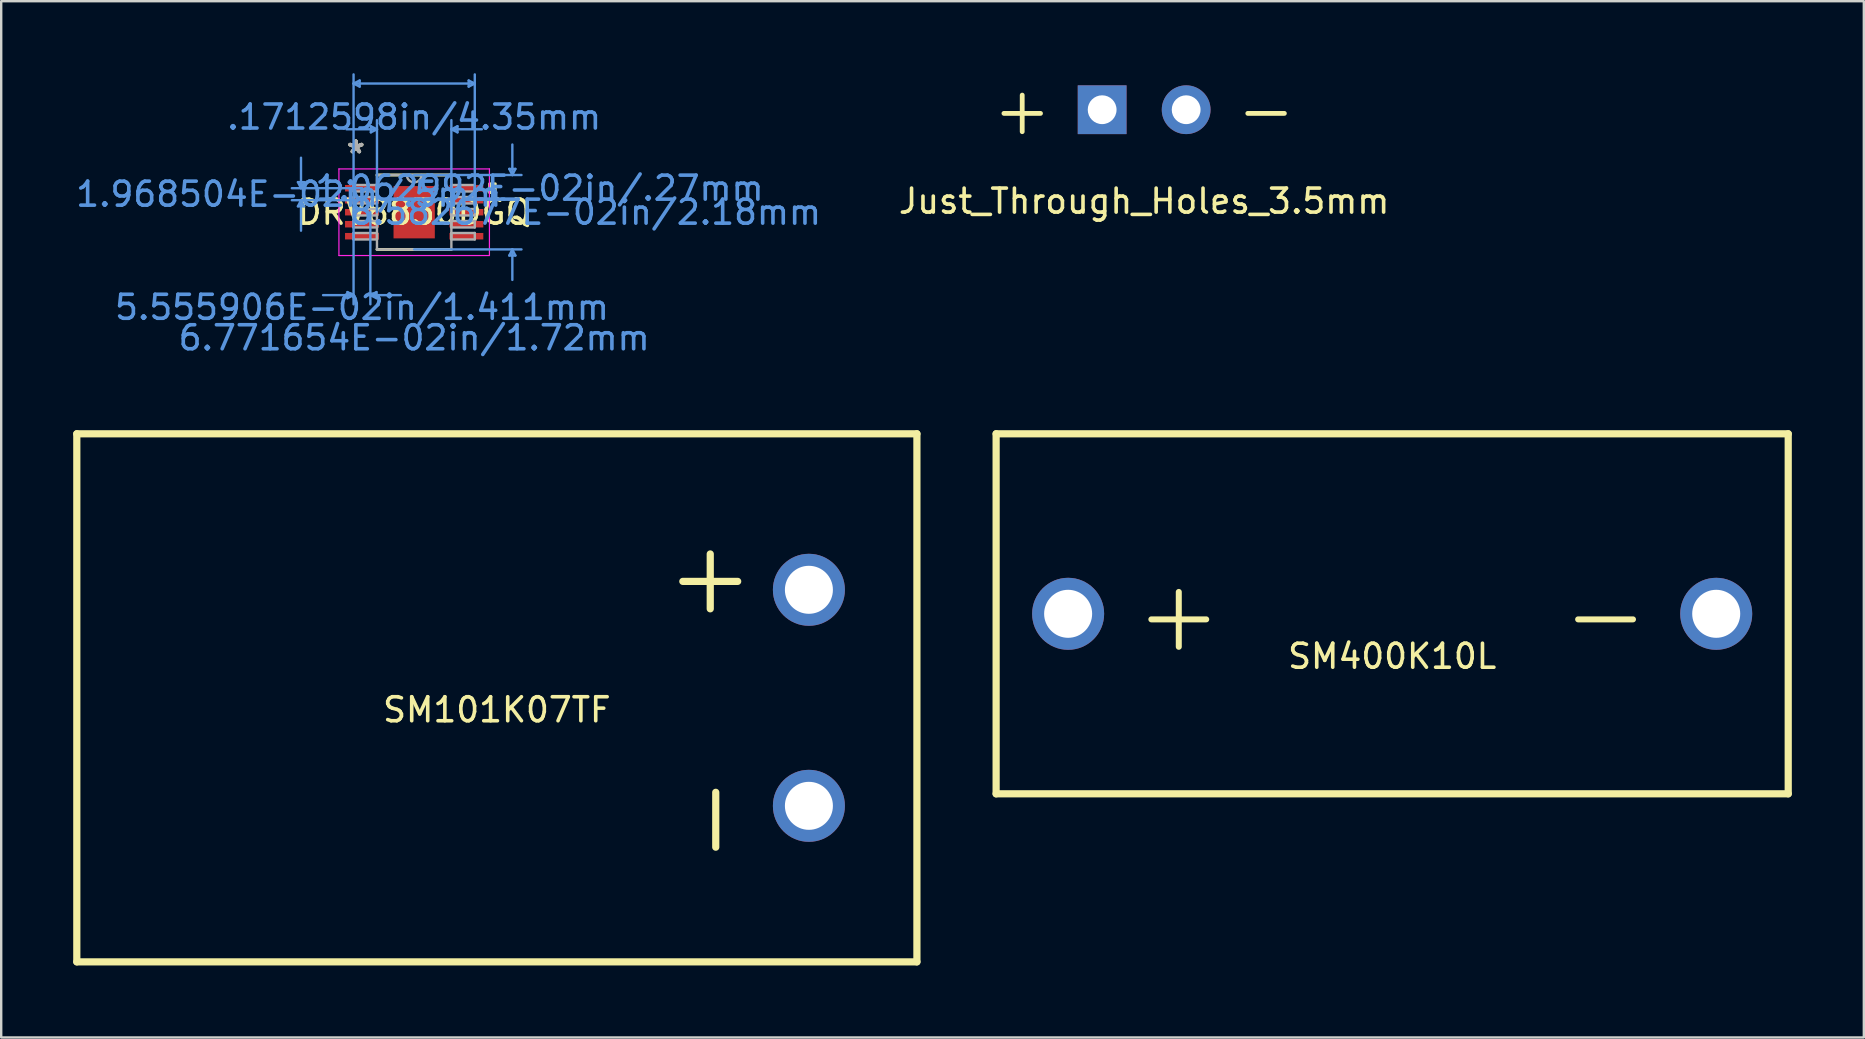
<source format=kicad_pcb>
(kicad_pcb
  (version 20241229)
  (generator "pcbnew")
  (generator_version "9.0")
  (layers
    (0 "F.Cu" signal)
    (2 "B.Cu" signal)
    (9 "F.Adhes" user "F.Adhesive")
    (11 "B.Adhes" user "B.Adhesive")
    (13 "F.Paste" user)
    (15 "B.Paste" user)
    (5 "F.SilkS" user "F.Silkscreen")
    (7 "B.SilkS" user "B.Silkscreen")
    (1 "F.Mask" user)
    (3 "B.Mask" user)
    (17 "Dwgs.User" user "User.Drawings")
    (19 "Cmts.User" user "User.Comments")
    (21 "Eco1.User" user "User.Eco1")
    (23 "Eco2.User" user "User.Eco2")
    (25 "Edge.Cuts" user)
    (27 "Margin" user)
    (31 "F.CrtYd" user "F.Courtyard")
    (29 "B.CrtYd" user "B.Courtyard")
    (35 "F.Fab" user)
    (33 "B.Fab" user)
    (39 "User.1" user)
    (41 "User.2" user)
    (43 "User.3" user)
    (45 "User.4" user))
  (footprint "SM400K10L"
    (layer "F.Cu")
    (at 54.95 22.522)
    (property "Reference" "SM400K10L" (at 0 1.77 0) (layer "F.SilkS") (effects (font (size 1 1) (thickness 0.15))))
    (attr through_hole)
    (fp_line (start -16.5 -7.5) (end 16.5 -7.5) (stroke (width 0.3) (type solid)) (layer "F.SilkS"))
    (fp_line (start -16.5 7.5) (end -16.5 -7.5) (stroke (width 0.3) (type solid)) (layer "F.SilkS"))
    (fp_line (start -16.5 7.5) (end 16.5 7.5) (stroke (width 0.3) (type solid)) (layer "F.SilkS"))
    (fp_line (start 16.5 -7.5) (end 16.5 7.5) (stroke (width 0.3) (type solid)) (layer "F.SilkS"))
    (fp_text user "+" (at -8.89 0 0) (layer "F.SilkS") (effects (font (size 3 3) (thickness 0.25))))
    (fp_text user "-" (at 8.89 0 0) (layer "F.SilkS") (effects (font (size 3 3) (thickness 0.25))))
    (pad "1" thru_hole circle (at -13.5 0) (size 3 3) (drill 2) (layers "*.Cu" "*.Mask"))
    (pad "2" thru_hole circle (at 13.5 0) (size 3 3) (drill 2) (layers "*.Cu" "*.Mask")))
  (footprint "SM101K07TF"
    (layer "F.Cu")
    (at 17.65 26.022)
    (property "Reference" "SM101K07TF" (at 0 0.5 0) (layer "F.SilkS") (effects (font (size 1 1) (thickness 0.15))))
    (attr through_hole)
    (fp_line (start -17.5 -11) (end 17.5 -11) (stroke (width 0.3) (type solid)) (layer "F.SilkS"))
    (fp_line (start -17.5 11) (end -17.5 -11) (stroke (width 0.3) (type solid)) (layer "F.SilkS"))
    (fp_line (start 17.5 -11) (end 17.5 11) (stroke (width 0.3) (type solid)) (layer "F.SilkS"))
    (fp_line (start 17.5 11) (end -17.5 11) (stroke (width 0.3) (type solid)) (layer "F.SilkS"))
    (fp_text user "-" (at 8.89 5.08 90) (layer "F.SilkS") (effects (font (size 3 3) (thickness 0.3))))
    (fp_text user "+" (at 8.89 -5.08 0) (layer "F.SilkS") (effects (font (size 3 3) (thickness 0.3))))
    (pad "1" thru_hole circle (at 13 -4.5) (size 3 3) (drill 2) (layers "*.Cu" "*.Mask"))
    (pad "2" thru_hole circle (at 13 4.5) (size 3 3) (drill 2) (layers "*.Cu" "*.Mask")))
  (footprint "Just_Through_Holes_3.5mm"
    (layer "F.Cu")
    (at 44.617 1.521)
    (property "Reference" "Just_Through_Holes_3.5mm" (at 0 3.81 0) (layer "F.SilkS") (effects (font (size 1 1) (thickness 0.15))))
    (attr through_hole)
    (fp_text user "+" (at -5.08 0 0) (layer "F.SilkS") (effects (font (size 2 2) (thickness 0.2))))
    (fp_text user "-" (at 5.08 0 0) (layer "F.SilkS") (effects (font (size 2 2) (thickness 0.2))))
    (pad "1" thru_hole rect (at -1.75 0) (size 2.032 2.032) (drill 1.2) (layers "*.Cu" "*.Mask"))
    (pad "2" thru_hole circle (at 1.75 0) (size 2.032 2.032) (drill 1.2) (layers "*.Cu" "*.Mask")))
  (footprint "DRV8830DGQ"
    (layer "F.Cu")
    (at 14.205 5.791)
    (property "Reference" "DRV8830DGQ" (at 0 0 0) (layer "F.SilkS") (effects (font (size 1 1) (thickness 0.15))))
    (attr through_hole)
    (fp_poly (pts (xy -0.923 -1.153) (xy -0.594 -1.153) (xy -0.594 1.153) (xy -0.923 1.153)) (stroke (width 0.1) (type solid)) (fill yes) (layer "F.Mask"))
    (fp_poly (pts (xy -0.923 -1.153) (xy 0.923 -1.153) (xy 0.923 -0.594) (xy -0.923 -0.594)) (stroke (width 0.1) (type solid)) (fill yes) (layer "F.Mask"))
    (fp_poly (pts (xy -0.923 -0.194) (xy 0.923 -0.194) (xy 0.923 0.194) (xy -0.923 0.194)) (stroke (width 0.1) (type solid)) (fill yes) (layer "F.Mask"))
    (fp_poly (pts (xy -0.923 0.594) (xy 0.923 0.594) (xy 0.923 1.153) (xy -0.923 1.153)) (stroke (width 0.1) (type solid)) (fill yes) (layer "F.Mask"))
    (fp_poly (pts (xy 0.194 -1.153) (xy -0.194 -1.153) (xy -0.194 1.153) (xy 0.194 1.153)) (stroke (width 0.1) (type solid)) (fill yes) (layer "F.Mask"))
    (fp_poly (pts (xy 0.594 -1.153) (xy 0.923 -1.153) (xy 0.923 1.153) (xy 0.594 1.153)) (stroke (width 0.1) (type solid)) (fill yes) (layer "F.Mask"))
    (fp_line (start -1.55 1.55) (end 1.55 1.55) (stroke (width 0.12) (type solid)) (layer "F.SilkS"))
    (fp_line (start 1.55 -1.55) (end -1.55 -1.55) (stroke (width 0.12) (type solid)) (layer "F.SilkS"))
    (fp_poly (pts (xy 3.389 -1.191) (xy 3.389 -0.81) (xy 3.135 -0.81) (xy 3.135 -1.191)) (stroke (width 0.1) (type solid)) (fill yes) (layer "F.SilkS"))
    (fp_poly (pts (xy -0.785 -1.015) (xy -0.785 -0.494) (xy -0.635 -0.494) (xy -0.494 -0.635) (xy -0.494 -1.015)) (stroke (width 0.1) (type solid)) (fill yes) (layer "F.Paste"))
    (fp_poly (pts (xy -0.785 0.494) (xy -0.785 1.015) (xy -0.494 1.015) (xy -0.494 0.635) (xy -0.635 0.494)) (stroke (width 0.1) (type solid)) (fill yes) (layer "F.Paste"))
    (fp_poly (pts (xy 0.494 -1.015) (xy 0.494 -0.635) (xy 0.635 -0.494) (xy 0.785 -0.494) (xy 0.785 -1.015)) (stroke (width 0.1) (type solid)) (fill yes) (layer "F.Paste"))
    (fp_poly (pts (xy 0.635 0.494) (xy 0.494 0.635) (xy 0.494 1.015) (xy 0.785 1.015) (xy 0.785 0.494)) (stroke (width 0.1) (type solid)) (fill yes) (layer "F.Paste"))
    (fp_poly (pts (xy -0.785 -0.294) (xy -0.785 0.294) (xy -0.635 0.294) (xy -0.494 0.152) (xy -0.494 -0.152) (xy -0.635 -0.294)) (stroke (width 0.1) (type solid)) (fill yes) (layer "F.Paste"))
    (fp_poly (pts (xy -0.294 -1.015) (xy -0.294 -0.635) (xy -0.152 -0.494) (xy 0.152 -0.494) (xy 0.294 -0.635) (xy 0.294 -1.015)) (stroke (width 0.1) (type solid)) (fill yes) (layer "F.Paste"))
    (fp_poly (pts (xy -0.152 0.494) (xy -0.294 0.635) (xy -0.294 1.015) (xy 0.294 1.015) (xy 0.294 0.635) (xy 0.152 0.494)) (stroke (width 0.1) (type solid)) (fill yes) (layer "F.Paste"))
    (fp_poly (pts (xy 0.635 -0.294) (xy 0.494 -0.152) (xy 0.494 0.152) (xy 0.635 0.294) (xy 0.785 0.294) (xy 0.785 -0.294)) (stroke (width 0.1) (type solid)) (fill yes) (layer "F.Paste"))
    (fp_poly (pts (xy -0.152 -0.294) (xy -0.294 -0.152) (xy -0.294 0.152) (xy -0.152 0.294) (xy 0.152 0.294) (xy 0.294 0.152) (xy 0.294 -0.152) (xy 0.152 -0.294)) (stroke (width 0.1) (type solid)) (fill yes) (layer "F.Paste"))
    (fp_line (start -4.842 -1.254) (end -4.588 -1.254) (stroke (width 0.1) (type solid)) (layer "Cmts.User"))
    (fp_line (start -4.842 -0.246) (end -4.588 -0.246) (stroke (width 0.1) (type solid)) (layer "Cmts.User"))
    (fp_line (start -4.715 -1) (end -4.842 -1.254) (stroke (width 0.1) (type solid)) (layer "Cmts.User"))
    (fp_line (start -4.715 -1) (end -4.715 -2.27) (stroke (width 0.1) (type solid)) (layer "Cmts.User"))
    (fp_line (start -4.715 -1) (end -4.588 -1.254) (stroke (width 0.1) (type solid)) (layer "Cmts.User"))
    (fp_line (start -4.715 -0.5) (end -4.842 -0.246) (stroke (width 0.1) (type solid)) (layer "Cmts.User"))
    (fp_line (start -4.715 -0.5) (end -4.715 0.77) (stroke (width 0.1) (type solid)) (layer "Cmts.User"))
    (fp_line (start -4.715 -0.5) (end -4.588 -0.246) (stroke (width 0.1) (type solid)) (layer "Cmts.User"))
    (fp_line (start -2.779 3.328) (end -2.779 3.582) (stroke (width 0.1) (type solid)) (layer "Cmts.User"))
    (fp_line (start -2.525 -5.36) (end -2.271 -5.487) (stroke (width 0.1) (type solid)) (layer "Cmts.User"))
    (fp_line (start -2.525 -5.36) (end -2.271 -5.233) (stroke (width 0.1) (type solid)) (layer "Cmts.User"))
    (fp_line (start -2.525 -5.36) (end 2.525 -5.36) (stroke (width 0.1) (type solid)) (layer "Cmts.User"))
    (fp_line (start -2.525 0) (end -2.525 -5.741) (stroke (width 0.1) (type solid)) (layer "Cmts.User"))
    (fp_line (start -2.525 0) (end -2.525 3.836) (stroke (width 0.1) (type solid)) (layer "Cmts.User"))
    (fp_line (start -2.525 3.455) (end -3.795 3.455) (stroke (width 0.1) (type solid)) (layer "Cmts.User"))
    (fp_line (start -2.525 3.455) (end -2.779 3.328) (stroke (width 0.1) (type solid)) (layer "Cmts.User"))
    (fp_line (start -2.525 3.455) (end -2.779 3.582) (stroke (width 0.1) (type solid)) (layer "Cmts.User"))
    (fp_line (start -2.271 -5.487) (end -2.271 -5.233) (stroke (width 0.1) (type solid)) (layer "Cmts.User"))
    (fp_line (start -2.175 -1) (end -5.096 -1) (stroke (width 0.1) (type solid)) (layer "Cmts.User"))
    (fp_line (start -2.175 -0.5) (end -5.096 -0.5) (stroke (width 0.1) (type solid)) (layer "Cmts.User"))
    (fp_line (start -1.825 0) (end -1.825 3.836) (stroke (width 0.1) (type solid)) (layer "Cmts.User"))
    (fp_line (start -1.825 3.455) (end -1.571 3.328) (stroke (width 0.1) (type solid)) (layer "Cmts.User"))
    (fp_line (start -1.825 3.455) (end -1.571 3.582) (stroke (width 0.1) (type solid)) (layer "Cmts.User"))
    (fp_line (start -1.825 3.455) (end -0.555 3.455) (stroke (width 0.1) (type solid)) (layer "Cmts.User"))
    (fp_line (start -1.804 -3.582) (end -1.804 -3.328) (stroke (width 0.1) (type solid)) (layer "Cmts.User"))
    (fp_line (start -1.571 3.328) (end -1.571 3.582) (stroke (width 0.1) (type solid)) (layer "Cmts.User"))
    (fp_line (start -1.55 -3.455) (end -2.82 -3.455) (stroke (width 0.1) (type solid)) (layer "Cmts.User"))
    (fp_line (start -1.55 -3.455) (end -1.804 -3.582) (stroke (width 0.1) (type solid)) (layer "Cmts.User"))
    (fp_line (start -1.55 -3.455) (end -1.804 -3.328) (stroke (width 0.1) (type solid)) (layer "Cmts.User"))
    (fp_line (start -1.55 0) (end -1.55 -3.836) (stroke (width 0.1) (type solid)) (layer "Cmts.User"))
    (fp_line (start 0 -1.55) (end 4.471 -1.55) (stroke (width 0.1) (type solid)) (layer "Cmts.User"))
    (fp_line (start 0 1.55) (end 4.471 1.55) (stroke (width 0.1) (type solid)) (layer "Cmts.User"))
    (fp_line (start 1.55 -3.455) (end 1.804 -3.582) (stroke (width 0.1) (type solid)) (layer "Cmts.User"))
    (fp_line (start 1.55 -3.455) (end 1.804 -3.328) (stroke (width 0.1) (type solid)) (layer "Cmts.User"))
    (fp_line (start 1.55 -3.455) (end 2.82 -3.455) (stroke (width 0.1) (type solid)) (layer "Cmts.User"))
    (fp_line (start 1.55 0) (end 1.55 -3.836) (stroke (width 0.1) (type solid)) (layer "Cmts.User"))
    (fp_line (start 1.804 -3.582) (end 1.804 -3.328) (stroke (width 0.1) (type solid)) (layer "Cmts.User"))
    (fp_line (start 2.271 -5.487) (end 2.271 -5.233) (stroke (width 0.1) (type solid)) (layer "Cmts.User"))
    (fp_line (start 2.525 -5.36) (end 2.271 -5.487) (stroke (width 0.1) (type solid)) (layer "Cmts.User"))
    (fp_line (start 2.525 -5.36) (end 2.271 -5.233) (stroke (width 0.1) (type solid)) (layer "Cmts.User"))
    (fp_line (start 2.525 0) (end 2.525 -5.741) (stroke (width 0.1) (type solid)) (layer "Cmts.User"))
    (fp_line (start 3.963 -1.804) (end 4.217 -1.804) (stroke (width 0.1) (type solid)) (layer "Cmts.User"))
    (fp_line (start 3.963 1.804) (end 4.217 1.804) (stroke (width 0.1) (type solid)) (layer "Cmts.User"))
    (fp_line (start 4.09 -1.55) (end 3.963 -1.804) (stroke (width 0.1) (type solid)) (layer "Cmts.User"))
    (fp_line (start 4.09 -1.55) (end 4.09 -2.82) (stroke (width 0.1) (type solid)) (layer "Cmts.User"))
    (fp_line (start 4.09 -1.55) (end 4.217 -1.804) (stroke (width 0.1) (type solid)) (layer "Cmts.User"))
    (fp_line (start 4.09 1.55) (end 3.963 1.804) (stroke (width 0.1) (type solid)) (layer "Cmts.User"))
    (fp_line (start 4.09 1.55) (end 4.09 2.82) (stroke (width 0.1) (type solid)) (layer "Cmts.User"))
    (fp_line (start 4.09 1.55) (end 4.217 1.804) (stroke (width 0.1) (type solid)) (layer "Cmts.User"))
    (fp_line (start -3.135 -1.804) (end 3.135 -1.804) (stroke (width 0.05) (type solid)) (layer "F.CrtYd"))
    (fp_line (start -3.135 1.804) (end -3.135 -1.804) (stroke (width 0.05) (type solid)) (layer "F.CrtYd"))
    (fp_line (start 3.135 -1.804) (end 3.135 1.804) (stroke (width 0.05) (type solid)) (layer "F.CrtYd"))
    (fp_line (start 3.135 1.804) (end -3.135 1.804) (stroke (width 0.05) (type solid)) (layer "F.CrtYd"))
    (fp_line (start -2.525 -1.135) (end -2.525 -0.865) (stroke (width 0.1) (type solid)) (layer "F.Fab"))
    (fp_line (start -2.525 -0.865) (end -1.55 -0.865) (stroke (width 0.1) (type solid)) (layer "F.Fab"))
    (fp_line (start -2.525 -0.635) (end -2.525 -0.365) (stroke (width 0.1) (type solid)) (layer "F.Fab"))
    (fp_line (start -2.525 -0.365) (end -1.55 -0.365) (stroke (width 0.1) (type solid)) (layer "F.Fab"))
    (fp_line (start -2.525 -0.135) (end -2.525 0.135) (stroke (width 0.1) (type solid)) (layer "F.Fab"))
    (fp_line (start -2.525 0.135) (end -1.55 0.135) (stroke (width 0.1) (type solid)) (layer "F.Fab"))
    (fp_line (start -2.525 0.365) (end -2.525 0.635) (stroke (width 0.1) (type solid)) (layer "F.Fab"))
    (fp_line (start -2.525 0.635) (end -1.55 0.635) (stroke (width 0.1) (type solid)) (layer "F.Fab"))
    (fp_line (start -2.525 0.865) (end -2.525 1.135) (stroke (width 0.1) (type solid)) (layer "F.Fab"))
    (fp_line (start -2.525 1.135) (end -1.55 1.135) (stroke (width 0.1) (type solid)) (layer "F.Fab"))
    (fp_line (start -1.55 -1.55) (end -1.55 1.55) (stroke (width 0.1) (type solid)) (layer "F.Fab"))
    (fp_line (start -1.55 -1.135) (end -2.525 -1.135) (stroke (width 0.1) (type solid)) (layer "F.Fab"))
    (fp_line (start -1.55 -0.865) (end -1.55 -1.135) (stroke (width 0.1) (type solid)) (layer "F.Fab"))
    (fp_line (start -1.55 -0.635) (end -2.525 -0.635) (stroke (width 0.1) (type solid)) (layer "F.Fab"))
    (fp_line (start -1.55 -0.365) (end -1.55 -0.635) (stroke (width 0.1) (type solid)) (layer "F.Fab"))
    (fp_line (start -1.55 -0.135) (end -2.525 -0.135) (stroke (width 0.1) (type solid)) (layer "F.Fab"))
    (fp_line (start -1.55 0.135) (end -1.55 -0.135) (stroke (width 0.1) (type solid)) (layer "F.Fab"))
    (fp_line (start -1.55 0.365) (end -2.525 0.365) (stroke (width 0.1) (type solid)) (layer "F.Fab"))
    (fp_line (start -1.55 0.635) (end -1.55 0.365) (stroke (width 0.1) (type solid)) (layer "F.Fab"))
    (fp_line (start -1.55 0.865) (end -2.525 0.865) (stroke (width 0.1) (type solid)) (layer "F.Fab"))
    (fp_line (start -1.55 1.135) (end -1.55 0.865) (stroke (width 0.1) (type solid)) (layer "F.Fab"))
    (fp_line (start -1.55 1.55) (end 1.55 1.55) (stroke (width 0.1) (type solid)) (layer "F.Fab"))
    (fp_line (start 1.55 -1.55) (end -1.55 -1.55) (stroke (width 0.1) (type solid)) (layer "F.Fab"))
    (fp_line (start 1.55 -1.135) (end 1.55 -0.865) (stroke (width 0.1) (type solid)) (layer "F.Fab"))
    (fp_line (start 1.55 -0.865) (end 2.525 -0.865) (stroke (width 0.1) (type solid)) (layer "F.Fab"))
    (fp_line (start 1.55 -0.635) (end 1.55 -0.365) (stroke (width 0.1) (type solid)) (layer "F.Fab"))
    (fp_line (start 1.55 -0.365) (end 2.525 -0.365) (stroke (width 0.1) (type solid)) (layer "F.Fab"))
    (fp_line (start 1.55 -0.135) (end 1.55 0.135) (stroke (width 0.1) (type solid)) (layer "F.Fab"))
    (fp_line (start 1.55 0.135) (end 2.525 0.135) (stroke (width 0.1) (type solid)) (layer "F.Fab"))
    (fp_line (start 1.55 0.365) (end 1.55 0.635) (stroke (width 0.1) (type solid)) (layer "F.Fab"))
    (fp_line (start 1.55 0.635) (end 2.525 0.635) (stroke (width 0.1) (type solid)) (layer "F.Fab"))
    (fp_line (start 1.55 0.865) (end 1.55 1.135) (stroke (width 0.1) (type solid)) (layer "F.Fab"))
    (fp_line (start 1.55 1.135) (end 2.525 1.135) (stroke (width 0.1) (type solid)) (layer "F.Fab"))
    (fp_line (start 1.55 1.55) (end 1.55 -1.55) (stroke (width 0.1) (type solid)) (layer "F.Fab"))
    (fp_line (start 2.525 -1.135) (end 1.55 -1.135) (stroke (width 0.1) (type solid)) (layer "F.Fab"))
    (fp_line (start 2.525 -0.865) (end 2.525 -1.135) (stroke (width 0.1) (type solid)) (layer "F.Fab"))
    (fp_line (start 2.525 -0.635) (end 1.55 -0.635) (stroke (width 0.1) (type solid)) (layer "F.Fab"))
    (fp_line (start 2.525 -0.365) (end 2.525 -0.635) (stroke (width 0.1) (type solid)) (layer "F.Fab"))
    (fp_line (start 2.525 -0.135) (end 1.55 -0.135) (stroke (width 0.1) (type solid)) (layer "F.Fab"))
    (fp_line (start 2.525 0.135) (end 2.525 -0.135) (stroke (width 0.1) (type solid)) (layer "F.Fab"))
    (fp_line (start 2.525 0.365) (end 1.55 0.365) (stroke (width 0.1) (type solid)) (layer "F.Fab"))
    (fp_line (start 2.525 0.635) (end 2.525 0.365) (stroke (width 0.1) (type solid)) (layer "F.Fab"))
    (fp_line (start 2.525 0.865) (end 1.55 0.865) (stroke (width 0.1) (type solid)) (layer "F.Fab"))
    (fp_line (start 2.525 1.135) (end 2.525 0.865) (stroke (width 0.1) (type solid)) (layer "F.Fab"))
    (fp_arc (start 0.3048 -1.549998) (mid -0.000001 -1.245199) (end -0.3048 -1.55) (stroke (width 0.1) (type solid)) (layer "F.Fab"))
    (fp_text user "*" (at -2.429 -2.413 0) (layer "F.SilkS") (effects (font (size 1 1) (thickness 0.15))))
    (fp_text user "*" (at -2.429 -2.413 0) (layer "F.SilkS") (effects (font (size 1 1) (thickness 0.15))))
    (fp_text user "6.771654E-02in/1.72mm" (at 0 5.233 0) (layer "Cmts.User") (effects (font (size 1 1) (thickness 0.15))))
    (fp_text user "1.968504E-02in/.5mm" (at -5.223 -0.75 0) (layer "Cmts.User") (effects (font (size 1 1) (thickness 0.15))))
    (fp_text user "8.582677E-02in/2.18mm" (at 7.138 0 0) (layer "Cmts.User") (effects (font (size 1 1) (thickness 0.15))))
    (fp_text user "1.062992E-02in/.27mm" (at 5.223 -1 0) (layer "Cmts.User") (effects (font (size 1 1) (thickness 0.15))))
    (fp_text user "5.555906E-02in/1.411mm" (at -2.175 3.963 0) (layer "Cmts.User") (effects (font (size 1 1) (thickness 0.15))))
    (fp_text user "Copyright 2021 Accelerated Designs. All rights reserved." (at 0 0 0) (layer "Cmts.User") (effects (font (size 0.127 0.127) (thickness 0.002))))
    (fp_text user ".1712598in/4.35mm" (at 0 -3.963 0) (layer "Cmts.User") (effects (font (size 1 1) (thickness 0.15))))
    (fp_text user "*" (at -2.429 -2.413 0) (layer "F.Fab") (effects (font (size 1 1) (thickness 0.15))))
    (fp_text user "*" (at -2.429 -2.413 0) (layer "F.Fab") (effects (font (size 1 1) (thickness 0.15))))
    (pad "1" smd rect (at -2.175 -1) (size 1.411 0.27) (layers "F.Cu" "F.Mask" "F.Paste"))
    (pad "2" smd rect (at -2.175 -0.5) (size 1.411 0.27) (layers "F.Cu" "F.Mask" "F.Paste"))
    (pad "3" smd rect (at -2.175 0) (size 1.411 0.27) (layers "F.Cu" "F.Mask" "F.Paste"))
    (pad "4" smd rect (at -2.175 0.5) (size 1.411 0.27) (layers "F.Cu" "F.Mask" "F.Paste"))
    (pad "5" smd rect (at -2.175 1) (size 1.411 0.27) (layers "F.Cu" "F.Mask" "F.Paste"))
    (pad "6" smd rect (at 2.175 1) (size 1.411 0.27) (layers "F.Cu" "F.Mask" "F.Paste"))
    (pad "7" smd rect (at 2.175 0.5) (size 1.411 0.27) (layers "F.Cu" "F.Mask" "F.Paste"))
    (pad "8" smd rect (at 2.175 0) (size 1.411 0.27) (layers "F.Cu" "F.Mask" "F.Paste"))
    (pad "9" smd rect (at 2.175 -0.5) (size 1.411 0.27) (layers "F.Cu" "F.Mask" "F.Paste"))
    (pad "10" smd rect (at 2.175 -1) (size 1.411 0.27) (layers "F.Cu" "F.Mask" "F.Paste"))
    (pad "EPAD" smd rect (at 0 0) (size 1.72 2.18) (layers "F.Cu")))
  (gr_rect
    (start -3 -3)
    (end 74.6 40.172)
    (stroke (width 0.1) (type default))
    (fill no)
    (layer "Edge.Cuts")))
</source>
